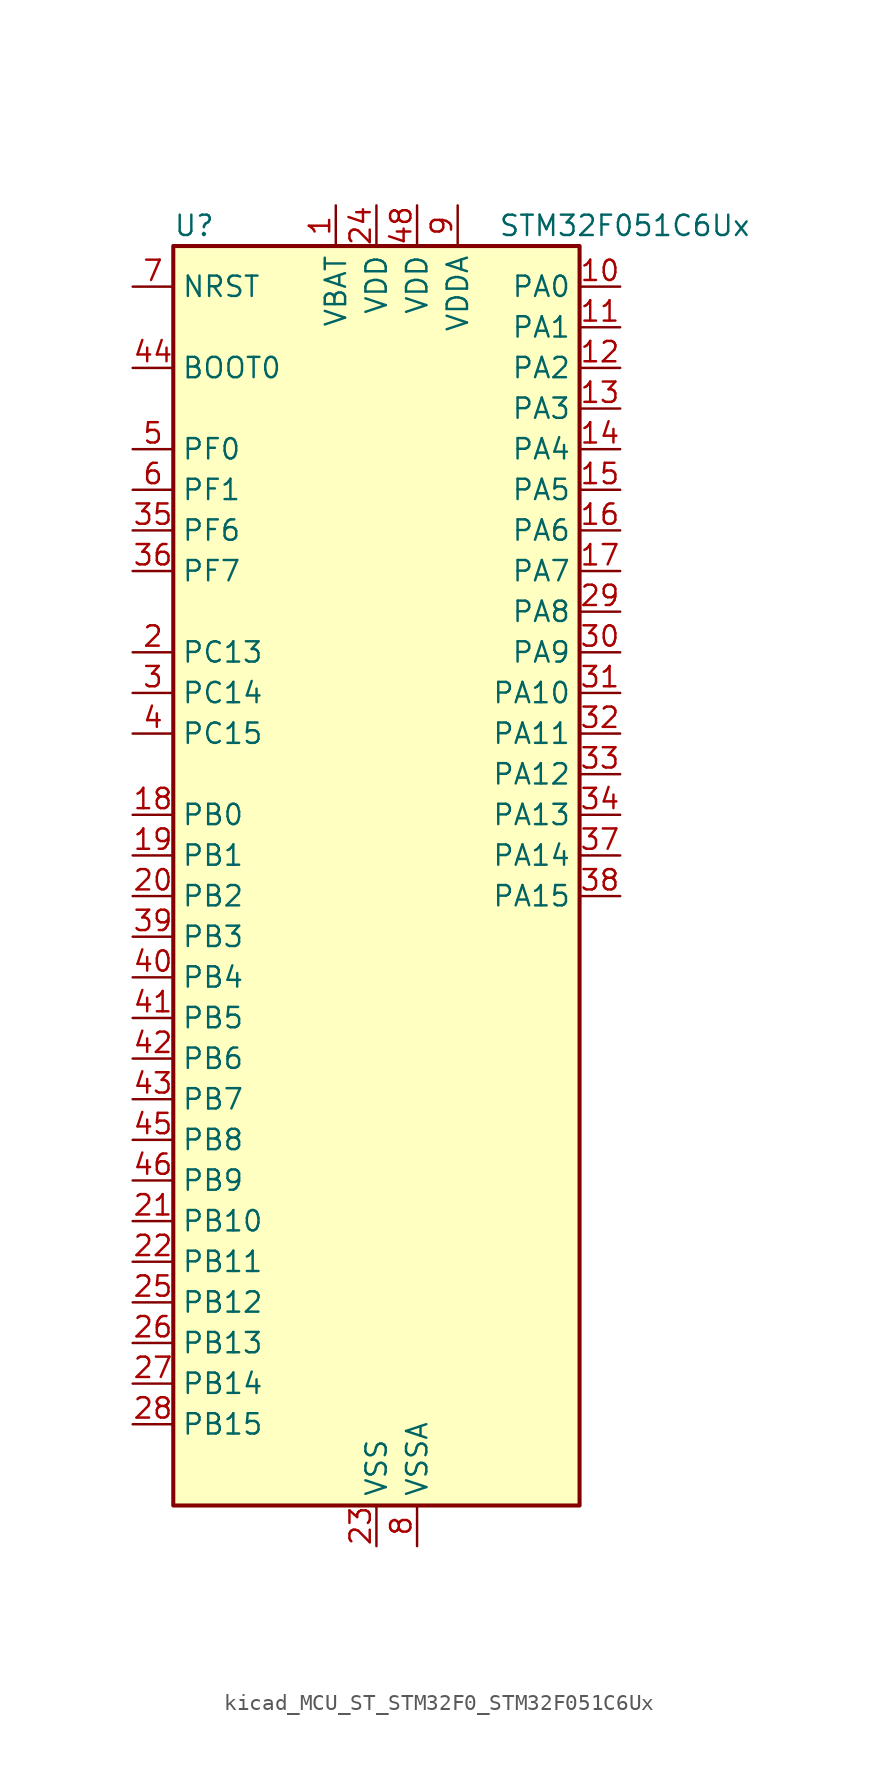
<source format=kicad_sym>
(kicad_symbol_lib
  (version 20220914)
  (generator kicad_symbol_editor)
  (symbol "kicad_MCU_ST_STM32F0_STM32F051C6Ux"
    (property "Reference" "U"
      (at -12.7 41.91 0)
      (effects (font (size 1.27 1.27)) (justify left)))
    (property "Value" "STM32F051C6Ux"
      (at 7.62 41.91 0)
      (effects (font (size 1.27 1.27)) (justify left)))
    (property "ki_locked" ""
      (at 0 0 0)
      (effects (font (size 1.27 1.27))))
    (symbol "kicad_MCU_ST_STM32F0_STM32F051C6Ux_0_1"
      (rectangle (start -12.7 -38.1) (end 12.7 40.64) (stroke (width 0.254) (type default)) (fill (type background))))
    (symbol "kicad_MCU_ST_STM32F0_STM32F051C6Ux_1_1"
      (pin power_in line (at -2.54 43.18 270) (length 2.54) (name "VBAT" (effects (font (size 1.27 1.27)))) (number "1" (effects (font (size 1.27 1.27)))))
      (pin bidirectional line (at 15.24 38.1 180) (length 2.54) (name "PA0" (effects (font (size 1.27 1.27)))) (number "10" (effects (font (size 1.27 1.27)))) (alternate "ADC_IN0" bidirectional line) (alternate "COMP1_INM" bidirectional line) (alternate "COMP1_OUT" bidirectional line) (alternate "RTC_TAMP2" bidirectional line) (alternate "SYS_WKUP1" bidirectional line) (alternate "TIM2_CH1" bidirectional line) (alternate "TIM2_ETR" bidirectional line) (alternate "TSC_G1_IO1" bidirectional line) (alternate "USART2_CTS" bidirectional line))
      (pin bidirectional line (at 15.24 35.56 180) (length 2.54) (name "PA1" (effects (font (size 1.27 1.27)))) (number "11" (effects (font (size 1.27 1.27)))) (alternate "ADC_IN1" bidirectional line) (alternate "COMP1_INP" bidirectional line) (alternate "TIM2_CH2" bidirectional line) (alternate "TSC_G1_IO2" bidirectional line) (alternate "USART2_DE" bidirectional line) (alternate "USART2_RTS" bidirectional line))
      (pin bidirectional line (at 15.24 33.02 180) (length 2.54) (name "PA2" (effects (font (size 1.27 1.27)))) (number "12" (effects (font (size 1.27 1.27)))) (alternate "ADC_IN2" bidirectional line) (alternate "COMP2_INM" bidirectional line) (alternate "COMP2_OUT" bidirectional line) (alternate "TIM15_CH1" bidirectional line) (alternate "TIM2_CH3" bidirectional line) (alternate "TSC_G1_IO3" bidirectional line) (alternate "USART2_TX" bidirectional line))
      (pin bidirectional line (at 15.24 30.48 180) (length 2.54) (name "PA3" (effects (font (size 1.27 1.27)))) (number "13" (effects (font (size 1.27 1.27)))) (alternate "ADC_IN3" bidirectional line) (alternate "COMP2_INP" bidirectional line) (alternate "TIM15_CH2" bidirectional line) (alternate "TIM2_CH4" bidirectional line) (alternate "TSC_G1_IO4" bidirectional line) (alternate "USART2_RX" bidirectional line))
      (pin bidirectional line (at 15.24 27.94 180) (length 2.54) (name "PA4" (effects (font (size 1.27 1.27)))) (number "14" (effects (font (size 1.27 1.27)))) (alternate "ADC_IN4" bidirectional line) (alternate "COMP1_INM" bidirectional line) (alternate "COMP2_INM" bidirectional line) (alternate "DAC1_OUT1" bidirectional line) (alternate "I2S1_WS" bidirectional line) (alternate "SPI1_NSS" bidirectional line) (alternate "TIM14_CH1" bidirectional line) (alternate "TSC_G2_IO1" bidirectional line) (alternate "USART2_CK" bidirectional line))
      (pin bidirectional line (at 15.24 25.4 180) (length 2.54) (name "PA5" (effects (font (size 1.27 1.27)))) (number "15" (effects (font (size 1.27 1.27)))) (alternate "ADC_IN5" bidirectional line) (alternate "CEC" bidirectional line) (alternate "COMP1_INM" bidirectional line) (alternate "COMP2_INM" bidirectional line) (alternate "I2S1_CK" bidirectional line) (alternate "SPI1_SCK" bidirectional line) (alternate "TIM2_CH1" bidirectional line) (alternate "TIM2_ETR" bidirectional line) (alternate "TSC_G2_IO2" bidirectional line))
      (pin bidirectional line (at 15.24 22.86 180) (length 2.54) (name "PA6" (effects (font (size 1.27 1.27)))) (number "16" (effects (font (size 1.27 1.27)))) (alternate "ADC_IN6" bidirectional line) (alternate "COMP1_OUT" bidirectional line) (alternate "I2S1_MCK" bidirectional line) (alternate "SPI1_MISO" bidirectional line) (alternate "TIM16_CH1" bidirectional line) (alternate "TIM1_BKIN" bidirectional line) (alternate "TIM3_CH1" bidirectional line) (alternate "TSC_G2_IO3" bidirectional line))
      (pin bidirectional line (at 15.24 20.32 180) (length 2.54) (name "PA7" (effects (font (size 1.27 1.27)))) (number "17" (effects (font (size 1.27 1.27)))) (alternate "ADC_IN7" bidirectional line) (alternate "COMP2_OUT" bidirectional line) (alternate "I2S1_SD" bidirectional line) (alternate "SPI1_MOSI" bidirectional line) (alternate "TIM14_CH1" bidirectional line) (alternate "TIM17_CH1" bidirectional line) (alternate "TIM1_CH1N" bidirectional line) (alternate "TIM3_CH2" bidirectional line) (alternate "TSC_G2_IO4" bidirectional line))
      (pin bidirectional line (at -15.24 5.08 0) (length 2.54) (name "PB0" (effects (font (size 1.27 1.27)))) (number "18" (effects (font (size 1.27 1.27)))) (alternate "ADC_IN8" bidirectional line) (alternate "TIM1_CH2N" bidirectional line) (alternate "TIM3_CH3" bidirectional line) (alternate "TSC_G3_IO2" bidirectional line))
      (pin bidirectional line (at -15.24 2.54 0) (length 2.54) (name "PB1" (effects (font (size 1.27 1.27)))) (number "19" (effects (font (size 1.27 1.27)))) (alternate "ADC_IN9" bidirectional line) (alternate "TIM14_CH1" bidirectional line) (alternate "TIM1_CH3N" bidirectional line) (alternate "TIM3_CH4" bidirectional line) (alternate "TSC_G3_IO3" bidirectional line))
      (pin bidirectional line (at -15.24 15.24 0) (length 2.54) (name "PC13" (effects (font (size 1.27 1.27)))) (number "2" (effects (font (size 1.27 1.27)))) (alternate "RTC_OUT_ALARM" bidirectional line) (alternate "RTC_OUT_CALIB" bidirectional line) (alternate "RTC_TAMP1" bidirectional line) (alternate "RTC_TS" bidirectional line) (alternate "SYS_WKUP2" bidirectional line))
      (pin bidirectional line (at -15.24 0 0) (length 2.54) (name "PB2" (effects (font (size 1.27 1.27)))) (number "20" (effects (font (size 1.27 1.27)))) (alternate "TSC_G3_IO4" bidirectional line))
      (pin bidirectional line (at -15.24 -20.32 0) (length 2.54) (name "PB10" (effects (font (size 1.27 1.27)))) (number "21" (effects (font (size 1.27 1.27)))) (alternate "CEC" bidirectional line) (alternate "TIM2_CH3" bidirectional line) (alternate "TSC_SYNC" bidirectional line))
      (pin bidirectional line (at -15.24 -22.86 0) (length 2.54) (name "PB11" (effects (font (size 1.27 1.27)))) (number "22" (effects (font (size 1.27 1.27)))) (alternate "TIM2_CH4" bidirectional line) (alternate "TSC_G6_IO1" bidirectional line))
      (pin power_in line (at 0 -40.64 90) (length 2.54) (name "VSS" (effects (font (size 1.27 1.27)))) (number "23" (effects (font (size 1.27 1.27)))))
      (pin power_in line (at 0 43.18 270) (length 2.54) (name "VDD" (effects (font (size 1.27 1.27)))) (number "24" (effects (font (size 1.27 1.27)))))
      (pin bidirectional line (at -15.24 -25.4 0) (length 2.54) (name "PB12" (effects (font (size 1.27 1.27)))) (number "25" (effects (font (size 1.27 1.27)))) (alternate "TIM1_BKIN" bidirectional line) (alternate "TSC_G6_IO2" bidirectional line))
      (pin bidirectional line (at -15.24 -27.94 0) (length 2.54) (name "PB13" (effects (font (size 1.27 1.27)))) (number "26" (effects (font (size 1.27 1.27)))) (alternate "TIM1_CH1N" bidirectional line) (alternate "TSC_G6_IO3" bidirectional line))
      (pin bidirectional line (at -15.24 -30.48 0) (length 2.54) (name "PB14" (effects (font (size 1.27 1.27)))) (number "27" (effects (font (size 1.27 1.27)))) (alternate "TIM15_CH1" bidirectional line) (alternate "TIM1_CH2N" bidirectional line) (alternate "TSC_G6_IO4" bidirectional line))
      (pin bidirectional line (at -15.24 -33.02 0) (length 2.54) (name "PB15" (effects (font (size 1.27 1.27)))) (number "28" (effects (font (size 1.27 1.27)))) (alternate "RTC_REFIN" bidirectional line) (alternate "TIM15_CH1N" bidirectional line) (alternate "TIM15_CH2" bidirectional line) (alternate "TIM1_CH3N" bidirectional line))
      (pin bidirectional line (at 15.24 17.78 180) (length 2.54) (name "PA8" (effects (font (size 1.27 1.27)))) (number "29" (effects (font (size 1.27 1.27)))) (alternate "RCC_MCO" bidirectional line) (alternate "TIM1_CH1" bidirectional line) (alternate "USART1_CK" bidirectional line))
      (pin bidirectional line (at -15.24 12.7 0) (length 2.54) (name "PC14" (effects (font (size 1.27 1.27)))) (number "3" (effects (font (size 1.27 1.27)))) (alternate "RCC_OSC32_IN" bidirectional line))
      (pin bidirectional line (at 15.24 15.24 180) (length 2.54) (name "PA9" (effects (font (size 1.27 1.27)))) (number "30" (effects (font (size 1.27 1.27)))) (alternate "DAC1_EXTI9" bidirectional line) (alternate "TIM15_BKIN" bidirectional line) (alternate "TIM1_CH2" bidirectional line) (alternate "TSC_G4_IO1" bidirectional line) (alternate "USART1_TX" bidirectional line))
      (pin bidirectional line (at 15.24 12.7 180) (length 2.54) (name "PA10" (effects (font (size 1.27 1.27)))) (number "31" (effects (font (size 1.27 1.27)))) (alternate "TIM17_BKIN" bidirectional line) (alternate "TIM1_CH3" bidirectional line) (alternate "TSC_G4_IO2" bidirectional line) (alternate "USART1_RX" bidirectional line))
      (pin bidirectional line (at 15.24 10.16 180) (length 2.54) (name "PA11" (effects (font (size 1.27 1.27)))) (number "32" (effects (font (size 1.27 1.27)))) (alternate "COMP1_OUT" bidirectional line) (alternate "TIM1_CH4" bidirectional line) (alternate "TSC_G4_IO3" bidirectional line) (alternate "USART1_CTS" bidirectional line))
      (pin bidirectional line (at 15.24 7.62 180) (length 2.54) (name "PA12" (effects (font (size 1.27 1.27)))) (number "33" (effects (font (size 1.27 1.27)))) (alternate "COMP2_OUT" bidirectional line) (alternate "TIM1_ETR" bidirectional line) (alternate "TSC_G4_IO4" bidirectional line) (alternate "USART1_DE" bidirectional line) (alternate "USART1_RTS" bidirectional line))
      (pin bidirectional line (at 15.24 5.08 180) (length 2.54) (name "PA13" (effects (font (size 1.27 1.27)))) (number "34" (effects (font (size 1.27 1.27)))) (alternate "IR_OUT" bidirectional line) (alternate "SYS_SWDIO" bidirectional line))
      (pin bidirectional line (at -15.24 22.86 0) (length 2.54) (name "PF6" (effects (font (size 1.27 1.27)))) (number "35" (effects (font (size 1.27 1.27)))))
      (pin bidirectional line (at -15.24 20.32 0) (length 2.54) (name "PF7" (effects (font (size 1.27 1.27)))) (number "36" (effects (font (size 1.27 1.27)))))
      (pin bidirectional line (at 15.24 2.54 180) (length 2.54) (name "PA14" (effects (font (size 1.27 1.27)))) (number "37" (effects (font (size 1.27 1.27)))) (alternate "SYS_SWCLK" bidirectional line) (alternate "USART2_TX" bidirectional line))
      (pin bidirectional line (at 15.24 0 180) (length 2.54) (name "PA15" (effects (font (size 1.27 1.27)))) (number "38" (effects (font (size 1.27 1.27)))) (alternate "I2S1_WS" bidirectional line) (alternate "SPI1_NSS" bidirectional line) (alternate "TIM2_CH1" bidirectional line) (alternate "TIM2_ETR" bidirectional line) (alternate "USART2_RX" bidirectional line))
      (pin bidirectional line (at -15.24 -2.54 0) (length 2.54) (name "PB3" (effects (font (size 1.27 1.27)))) (number "39" (effects (font (size 1.27 1.27)))) (alternate "I2S1_CK" bidirectional line) (alternate "SPI1_SCK" bidirectional line) (alternate "TIM2_CH2" bidirectional line) (alternate "TSC_G5_IO1" bidirectional line))
      (pin bidirectional line (at -15.24 10.16 0) (length 2.54) (name "PC15" (effects (font (size 1.27 1.27)))) (number "4" (effects (font (size 1.27 1.27)))) (alternate "RCC_OSC32_OUT" bidirectional line))
      (pin bidirectional line (at -15.24 -5.08 0) (length 2.54) (name "PB4" (effects (font (size 1.27 1.27)))) (number "40" (effects (font (size 1.27 1.27)))) (alternate "I2S1_MCK" bidirectional line) (alternate "SPI1_MISO" bidirectional line) (alternate "TIM3_CH1" bidirectional line) (alternate "TSC_G5_IO2" bidirectional line))
      (pin bidirectional line (at -15.24 -7.62 0) (length 2.54) (name "PB5" (effects (font (size 1.27 1.27)))) (number "41" (effects (font (size 1.27 1.27)))) (alternate "I2C1_SMBA" bidirectional line) (alternate "I2S1_SD" bidirectional line) (alternate "SPI1_MOSI" bidirectional line) (alternate "TIM16_BKIN" bidirectional line) (alternate "TIM3_CH2" bidirectional line))
      (pin bidirectional line (at -15.24 -10.16 0) (length 2.54) (name "PB6" (effects (font (size 1.27 1.27)))) (number "42" (effects (font (size 1.27 1.27)))) (alternate "I2C1_SCL" bidirectional line) (alternate "TIM16_CH1N" bidirectional line) (alternate "TSC_G5_IO3" bidirectional line) (alternate "USART1_TX" bidirectional line))
      (pin bidirectional line (at -15.24 -12.7 0) (length 2.54) (name "PB7" (effects (font (size 1.27 1.27)))) (number "43" (effects (font (size 1.27 1.27)))) (alternate "I2C1_SDA" bidirectional line) (alternate "TIM17_CH1N" bidirectional line) (alternate "TSC_G5_IO4" bidirectional line) (alternate "USART1_RX" bidirectional line))
      (pin input line (at -15.24 33.02 0) (length 2.54) (name "BOOT0" (effects (font (size 1.27 1.27)))) (number "44" (effects (font (size 1.27 1.27)))))
      (pin bidirectional line (at -15.24 -15.24 0) (length 2.54) (name "PB8" (effects (font (size 1.27 1.27)))) (number "45" (effects (font (size 1.27 1.27)))) (alternate "CEC" bidirectional line) (alternate "I2C1_SCL" bidirectional line) (alternate "TIM16_CH1" bidirectional line) (alternate "TSC_SYNC" bidirectional line))
      (pin bidirectional line (at -15.24 -17.78 0) (length 2.54) (name "PB9" (effects (font (size 1.27 1.27)))) (number "46" (effects (font (size 1.27 1.27)))) (alternate "DAC1_EXTI9" bidirectional line) (alternate "I2C1_SDA" bidirectional line) (alternate "IR_OUT" bidirectional line) (alternate "TIM17_CH1" bidirectional line))
      (pin passive line (at 0 -40.64 90) (length 2.54) hide (name "VSS" (effects (font (size 1.27 1.27)))) (number "47" (effects (font (size 1.27 1.27)))))
      (pin power_in line (at 2.54 43.18 270) (length 2.54) (name "VDD" (effects (font (size 1.27 1.27)))) (number "48" (effects (font (size 1.27 1.27)))))
      (pin passive line (at 0 -40.64 90) (length 2.54) hide (name "VSS" (effects (font (size 1.27 1.27)))) (number "49" (effects (font (size 1.27 1.27)))))
      (pin bidirectional line (at -15.24 27.94 0) (length 2.54) (name "PF0" (effects (font (size 1.27 1.27)))) (number "5" (effects (font (size 1.27 1.27)))) (alternate "RCC_OSC_IN" bidirectional line))
      (pin bidirectional line (at -15.24 25.4 0) (length 2.54) (name "PF1" (effects (font (size 1.27 1.27)))) (number "6" (effects (font (size 1.27 1.27)))) (alternate "RCC_OSC_OUT" bidirectional line))
      (pin input line (at -15.24 38.1 0) (length 2.54) (name "NRST" (effects (font (size 1.27 1.27)))) (number "7" (effects (font (size 1.27 1.27)))))
      (pin power_in line (at 2.54 -40.64 90) (length 2.54) (name "VSSA" (effects (font (size 1.27 1.27)))) (number "8" (effects (font (size 1.27 1.27)))))
      (pin power_in line (at 5.08 43.18 270) (length 2.54) (name "VDDA" (effects (font (size 1.27 1.27)))) (number "9" (effects (font (size 1.27 1.27))))))))
</source>
